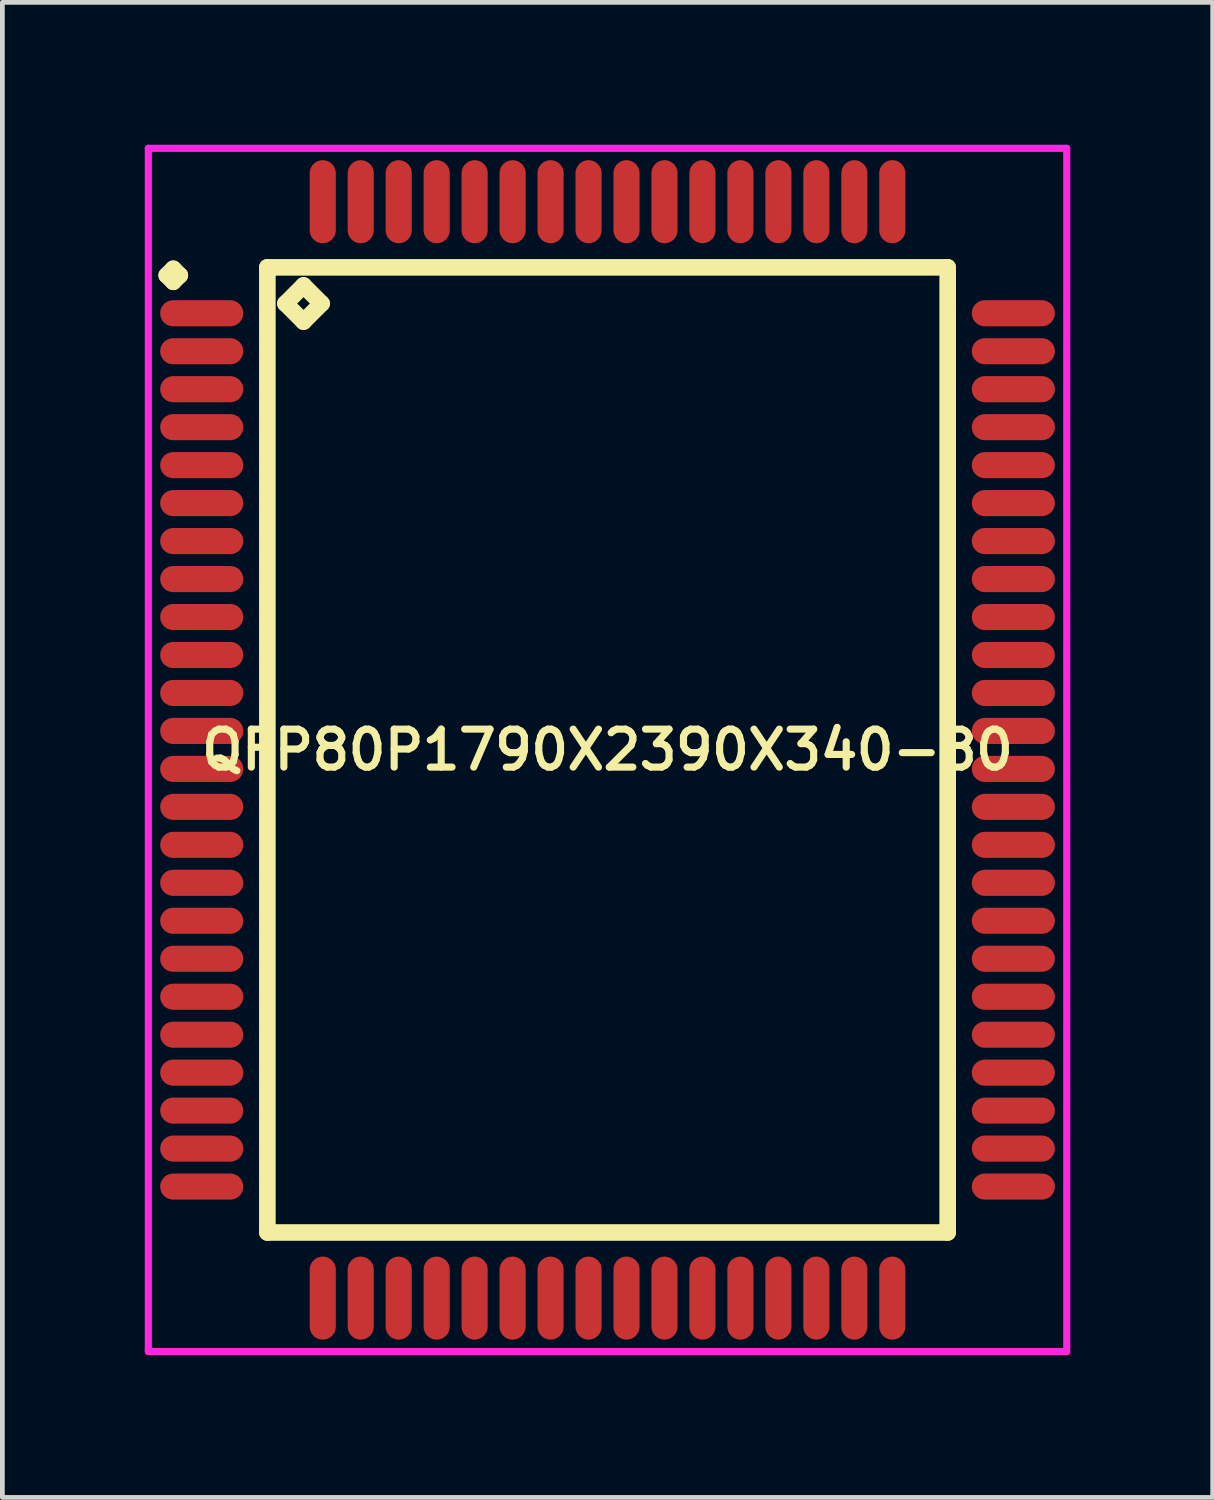
<source format=kicad_pcb>
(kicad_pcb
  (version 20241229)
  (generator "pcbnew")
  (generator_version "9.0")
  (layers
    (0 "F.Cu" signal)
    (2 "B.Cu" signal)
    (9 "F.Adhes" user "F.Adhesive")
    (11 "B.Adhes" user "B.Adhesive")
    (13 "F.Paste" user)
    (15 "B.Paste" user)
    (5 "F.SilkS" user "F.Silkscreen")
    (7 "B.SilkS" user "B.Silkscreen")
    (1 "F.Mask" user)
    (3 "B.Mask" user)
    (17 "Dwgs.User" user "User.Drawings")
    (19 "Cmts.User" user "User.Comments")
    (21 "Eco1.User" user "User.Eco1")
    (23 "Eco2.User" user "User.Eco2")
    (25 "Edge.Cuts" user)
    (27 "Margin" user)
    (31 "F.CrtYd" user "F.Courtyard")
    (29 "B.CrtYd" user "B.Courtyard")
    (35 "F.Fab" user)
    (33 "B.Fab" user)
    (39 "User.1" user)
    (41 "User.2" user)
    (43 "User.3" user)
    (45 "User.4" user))
  (footprint "QFP80P1790X2390X340-80"
    (layer "F.Cu")
    (at 9.75 12.75)
    (property "Reference" "QFP80P1790X2390X340-80" (at 0 0 0) (layer "F.SilkS") (effects (font (size 0.8 0.8) (thickness 0.15))))
    (attr smd)
    (fp_line (start -9.287 -10) (end -9.15 -10.137) (stroke (width 0.35) (type solid)) (layer "F.SilkS"))
    (fp_line (start -9.15 -10.137) (end -9.012 -10) (stroke (width 0.35) (type solid)) (layer "F.SilkS"))
    (fp_line (start -9.15 -9.863) (end -9.287 -10) (stroke (width 0.35) (type solid)) (layer "F.SilkS"))
    (fp_line (start -9.012 -10) (end -9.15 -9.863) (stroke (width 0.35) (type solid)) (layer "F.SilkS"))
    (fp_line (start -7.167 -10.167) (end -7.167 10.167) (stroke (width 0.35) (type solid)) (layer "F.SilkS"))
    (fp_line (start -7.167 10.167) (end 7.167 10.167) (stroke (width 0.35) (type solid)) (layer "F.SilkS"))
    (fp_line (start -6.786 -9.405) (end -6.405 -9.786) (stroke (width 0.35) (type solid)) (layer "F.SilkS"))
    (fp_line (start -6.405 -9.786) (end -6.024 -9.405) (stroke (width 0.35) (type solid)) (layer "F.SilkS"))
    (fp_line (start -6.405 -9.024) (end -6.786 -9.405) (stroke (width 0.35) (type solid)) (layer "F.SilkS"))
    (fp_line (start -6.024 -9.405) (end -6.405 -9.024) (stroke (width 0.35) (type solid)) (layer "F.SilkS"))
    (fp_line (start 7.167 -10.167) (end -7.167 -10.167) (stroke (width 0.35) (type solid)) (layer "F.SilkS"))
    (fp_line (start 7.167 10.167) (end 7.167 -10.167) (stroke (width 0.35) (type solid)) (layer "F.SilkS"))
    (fp_line (start -9.675 -12.675) (end 9.675 -12.675) (stroke (width 0.15) (type solid)) (layer "F.CrtYd"))
    (fp_line (start -9.675 12.675) (end -9.675 -12.675) (stroke (width 0.15) (type solid)) (layer "F.CrtYd"))
    (fp_line (start 9.675 -12.675) (end 9.675 12.675) (stroke (width 0.15) (type solid)) (layer "F.CrtYd"))
    (fp_line (start 9.675 12.675) (end -9.675 12.675) (stroke (width 0.15) (type solid)) (layer "F.CrtYd"))
    (pad "1" smd oval (at -8.55 -9.2) (size 1.75 0.55) (layers "F.Cu" "F.Mask" "F.Paste"))
    (pad "2" smd oval (at -8.55 -8.4) (size 1.75 0.55) (layers "F.Cu" "F.Mask" "F.Paste"))
    (pad "3" smd oval (at -8.55 -7.6) (size 1.75 0.55) (layers "F.Cu" "F.Mask" "F.Paste"))
    (pad "4" smd oval (at -8.55 -6.8) (size 1.75 0.55) (layers "F.Cu" "F.Mask" "F.Paste"))
    (pad "5" smd oval (at -8.55 -6) (size 1.75 0.55) (layers "F.Cu" "F.Mask" "F.Paste"))
    (pad "6" smd oval (at -8.55 -5.2) (size 1.75 0.55) (layers "F.Cu" "F.Mask" "F.Paste"))
    (pad "7" smd oval (at -8.55 -4.4) (size 1.75 0.55) (layers "F.Cu" "F.Mask" "F.Paste"))
    (pad "8" smd oval (at -8.55 -3.6) (size 1.75 0.55) (layers "F.Cu" "F.Mask" "F.Paste"))
    (pad "9" smd oval (at -8.55 -2.8) (size 1.75 0.55) (layers "F.Cu" "F.Mask" "F.Paste"))
    (pad "10" smd oval (at -8.55 -2) (size 1.75 0.55) (layers "F.Cu" "F.Mask" "F.Paste"))
    (pad "11" smd oval (at -8.55 -1.2) (size 1.75 0.55) (layers "F.Cu" "F.Mask" "F.Paste"))
    (pad "12" smd oval (at -8.55 -0.4) (size 1.75 0.55) (layers "F.Cu" "F.Mask" "F.Paste"))
    (pad "13" smd oval (at -8.55 0.4) (size 1.75 0.55) (layers "F.Cu" "F.Mask" "F.Paste"))
    (pad "14" smd oval (at -8.55 1.2) (size 1.75 0.55) (layers "F.Cu" "F.Mask" "F.Paste"))
    (pad "15" smd oval (at -8.55 2) (size 1.75 0.55) (layers "F.Cu" "F.Mask" "F.Paste"))
    (pad "16" smd oval (at -8.55 2.8) (size 1.75 0.55) (layers "F.Cu" "F.Mask" "F.Paste"))
    (pad "17" smd oval (at -8.55 3.6) (size 1.75 0.55) (layers "F.Cu" "F.Mask" "F.Paste"))
    (pad "18" smd oval (at -8.55 4.4) (size 1.75 0.55) (layers "F.Cu" "F.Mask" "F.Paste"))
    (pad "19" smd oval (at -8.55 5.2) (size 1.75 0.55) (layers "F.Cu" "F.Mask" "F.Paste"))
    (pad "20" smd oval (at -8.55 6) (size 1.75 0.55) (layers "F.Cu" "F.Mask" "F.Paste"))
    (pad "21" smd oval (at -8.55 6.8) (size 1.75 0.55) (layers "F.Cu" "F.Mask" "F.Paste"))
    (pad "22" smd oval (at -8.55 7.6) (size 1.75 0.55) (layers "F.Cu" "F.Mask" "F.Paste"))
    (pad "23" smd oval (at -8.55 8.4) (size 1.75 0.55) (layers "F.Cu" "F.Mask" "F.Paste"))
    (pad "24" smd oval (at -8.55 9.2) (size 1.75 0.55) (layers "F.Cu" "F.Mask" "F.Paste"))
    (pad "25" smd oval (at -6 11.55) (size 0.55 1.75) (layers "F.Cu" "F.Mask" "F.Paste"))
    (pad "26" smd oval (at -5.2 11.55) (size 0.55 1.75) (layers "F.Cu" "F.Mask" "F.Paste"))
    (pad "27" smd oval (at -4.4 11.55) (size 0.55 1.75) (layers "F.Cu" "F.Mask" "F.Paste"))
    (pad "28" smd oval (at -3.6 11.55) (size 0.55 1.75) (layers "F.Cu" "F.Mask" "F.Paste"))
    (pad "29" smd oval (at -2.8 11.55) (size 0.55 1.75) (layers "F.Cu" "F.Mask" "F.Paste"))
    (pad "30" smd oval (at -2 11.55) (size 0.55 1.75) (layers "F.Cu" "F.Mask" "F.Paste"))
    (pad "31" smd oval (at -1.2 11.55) (size 0.55 1.75) (layers "F.Cu" "F.Mask" "F.Paste"))
    (pad "32" smd oval (at -0.4 11.55) (size 0.55 1.75) (layers "F.Cu" "F.Mask" "F.Paste"))
    (pad "33" smd oval (at 0.4 11.55) (size 0.55 1.75) (layers "F.Cu" "F.Mask" "F.Paste"))
    (pad "34" smd oval (at 1.2 11.55) (size 0.55 1.75) (layers "F.Cu" "F.Mask" "F.Paste"))
    (pad "35" smd oval (at 2 11.55) (size 0.55 1.75) (layers "F.Cu" "F.Mask" "F.Paste"))
    (pad "36" smd oval (at 2.8 11.55) (size 0.55 1.75) (layers "F.Cu" "F.Mask" "F.Paste"))
    (pad "37" smd oval (at 3.6 11.55) (size 0.55 1.75) (layers "F.Cu" "F.Mask" "F.Paste"))
    (pad "38" smd oval (at 4.4 11.55) (size 0.55 1.75) (layers "F.Cu" "F.Mask" "F.Paste"))
    (pad "39" smd oval (at 5.2 11.55) (size 0.55 1.75) (layers "F.Cu" "F.Mask" "F.Paste"))
    (pad "40" smd oval (at 6 11.55) (size 0.55 1.75) (layers "F.Cu" "F.Mask" "F.Paste"))
    (pad "41" smd oval (at 8.55 9.2) (size 1.75 0.55) (layers "F.Cu" "F.Mask" "F.Paste"))
    (pad "42" smd oval (at 8.55 8.4) (size 1.75 0.55) (layers "F.Cu" "F.Mask" "F.Paste"))
    (pad "43" smd oval (at 8.55 7.6) (size 1.75 0.55) (layers "F.Cu" "F.Mask" "F.Paste"))
    (pad "44" smd oval (at 8.55 6.8) (size 1.75 0.55) (layers "F.Cu" "F.Mask" "F.Paste"))
    (pad "45" smd oval (at 8.55 6) (size 1.75 0.55) (layers "F.Cu" "F.Mask" "F.Paste"))
    (pad "46" smd oval (at 8.55 5.2) (size 1.75 0.55) (layers "F.Cu" "F.Mask" "F.Paste"))
    (pad "47" smd oval (at 8.55 4.4) (size 1.75 0.55) (layers "F.Cu" "F.Mask" "F.Paste"))
    (pad "48" smd oval (at 8.55 3.6) (size 1.75 0.55) (layers "F.Cu" "F.Mask" "F.Paste"))
    (pad "49" smd oval (at 8.55 2.8) (size 1.75 0.55) (layers "F.Cu" "F.Mask" "F.Paste"))
    (pad "50" smd oval (at 8.55 2) (size 1.75 0.55) (layers "F.Cu" "F.Mask" "F.Paste"))
    (pad "51" smd oval (at 8.55 1.2) (size 1.75 0.55) (layers "F.Cu" "F.Mask" "F.Paste"))
    (pad "52" smd oval (at 8.55 0.4) (size 1.75 0.55) (layers "F.Cu" "F.Mask" "F.Paste"))
    (pad "53" smd oval (at 8.55 -0.4) (size 1.75 0.55) (layers "F.Cu" "F.Mask" "F.Paste"))
    (pad "54" smd oval (at 8.55 -1.2) (size 1.75 0.55) (layers "F.Cu" "F.Mask" "F.Paste"))
    (pad "55" smd oval (at 8.55 -2) (size 1.75 0.55) (layers "F.Cu" "F.Mask" "F.Paste"))
    (pad "56" smd oval (at 8.55 -2.8) (size 1.75 0.55) (layers "F.Cu" "F.Mask" "F.Paste"))
    (pad "57" smd oval (at 8.55 -3.6) (size 1.75 0.55) (layers "F.Cu" "F.Mask" "F.Paste"))
    (pad "58" smd oval (at 8.55 -4.4) (size 1.75 0.55) (layers "F.Cu" "F.Mask" "F.Paste"))
    (pad "59" smd oval (at 8.55 -5.2) (size 1.75 0.55) (layers "F.Cu" "F.Mask" "F.Paste"))
    (pad "60" smd oval (at 8.55 -6) (size 1.75 0.55) (layers "F.Cu" "F.Mask" "F.Paste"))
    (pad "61" smd oval (at 8.55 -6.8) (size 1.75 0.55) (layers "F.Cu" "F.Mask" "F.Paste"))
    (pad "62" smd oval (at 8.55 -7.6) (size 1.75 0.55) (layers "F.Cu" "F.Mask" "F.Paste"))
    (pad "63" smd oval (at 8.55 -8.4) (size 1.75 0.55) (layers "F.Cu" "F.Mask" "F.Paste"))
    (pad "64" smd oval (at 8.55 -9.2) (size 1.75 0.55) (layers "F.Cu" "F.Mask" "F.Paste"))
    (pad "65" smd oval (at 6 -11.55) (size 0.55 1.75) (layers "F.Cu" "F.Mask" "F.Paste"))
    (pad "66" smd oval (at 5.2 -11.55) (size 0.55 1.75) (layers "F.Cu" "F.Mask" "F.Paste"))
    (pad "67" smd oval (at 4.4 -11.55) (size 0.55 1.75) (layers "F.Cu" "F.Mask" "F.Paste"))
    (pad "68" smd oval (at 3.6 -11.55) (size 0.55 1.75) (layers "F.Cu" "F.Mask" "F.Paste"))
    (pad "69" smd oval (at 2.8 -11.55) (size 0.55 1.75) (layers "F.Cu" "F.Mask" "F.Paste"))
    (pad "70" smd oval (at 2 -11.55) (size 0.55 1.75) (layers "F.Cu" "F.Mask" "F.Paste"))
    (pad "71" smd oval (at 1.2 -11.55) (size 0.55 1.75) (layers "F.Cu" "F.Mask" "F.Paste"))
    (pad "72" smd oval (at 0.4 -11.55) (size 0.55 1.75) (layers "F.Cu" "F.Mask" "F.Paste"))
    (pad "73" smd oval (at -0.4 -11.55) (size 0.55 1.75) (layers "F.Cu" "F.Mask" "F.Paste"))
    (pad "74" smd oval (at -1.2 -11.55) (size 0.55 1.75) (layers "F.Cu" "F.Mask" "F.Paste"))
    (pad "75" smd oval (at -2 -11.55) (size 0.55 1.75) (layers "F.Cu" "F.Mask" "F.Paste"))
    (pad "76" smd oval (at -2.8 -11.55) (size 0.55 1.75) (layers "F.Cu" "F.Mask" "F.Paste"))
    (pad "77" smd oval (at -3.6 -11.55) (size 0.55 1.75) (layers "F.Cu" "F.Mask" "F.Paste"))
    (pad "78" smd oval (at -4.4 -11.55) (size 0.55 1.75) (layers "F.Cu" "F.Mask" "F.Paste"))
    (pad "79" smd oval (at -5.2 -11.55) (size 0.55 1.75) (layers "F.Cu" "F.Mask" "F.Paste"))
    (pad "80" smd oval (at -6 -11.55) (size 0.55 1.75) (layers "F.Cu" "F.Mask" "F.Paste")))
  (gr_rect
    (start -3 -3)
    (end 22.5 28.5)
    (stroke (width 0.1) (type default))
    (fill no)
    (layer "Edge.Cuts")))
</source>
